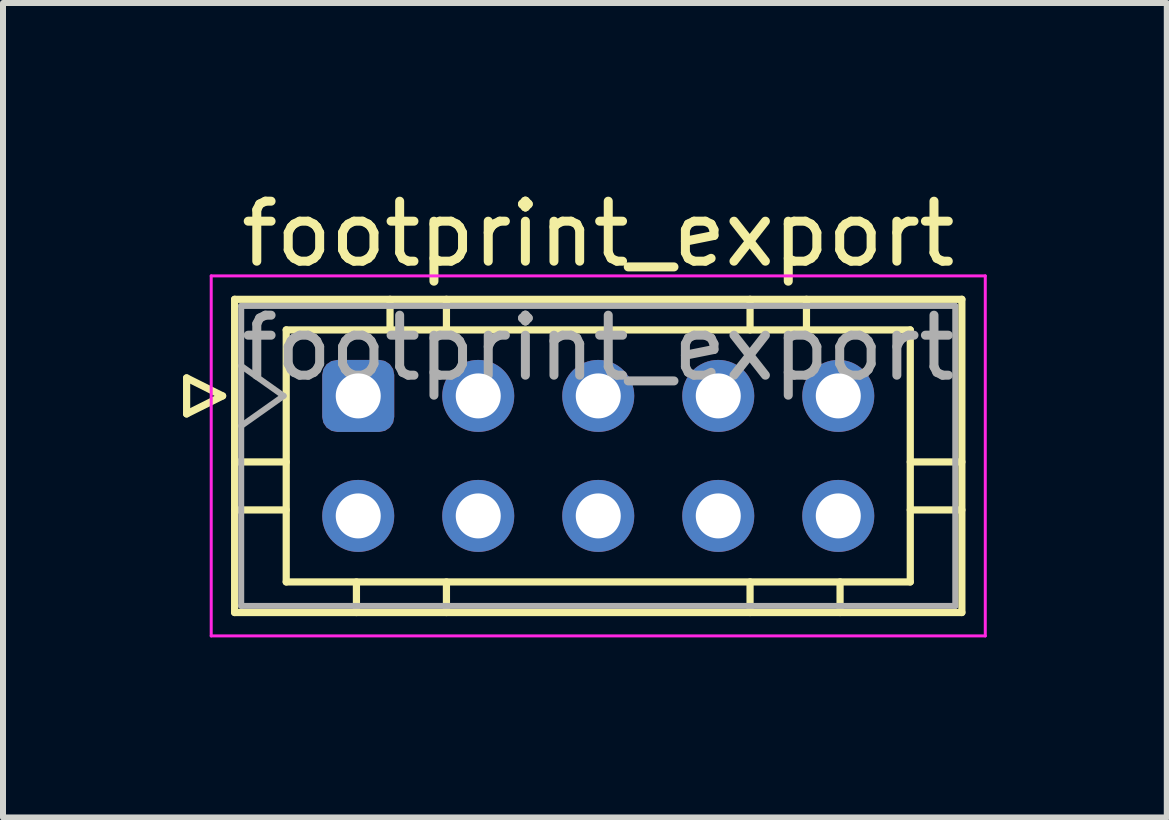
<source format=kicad_pcb>
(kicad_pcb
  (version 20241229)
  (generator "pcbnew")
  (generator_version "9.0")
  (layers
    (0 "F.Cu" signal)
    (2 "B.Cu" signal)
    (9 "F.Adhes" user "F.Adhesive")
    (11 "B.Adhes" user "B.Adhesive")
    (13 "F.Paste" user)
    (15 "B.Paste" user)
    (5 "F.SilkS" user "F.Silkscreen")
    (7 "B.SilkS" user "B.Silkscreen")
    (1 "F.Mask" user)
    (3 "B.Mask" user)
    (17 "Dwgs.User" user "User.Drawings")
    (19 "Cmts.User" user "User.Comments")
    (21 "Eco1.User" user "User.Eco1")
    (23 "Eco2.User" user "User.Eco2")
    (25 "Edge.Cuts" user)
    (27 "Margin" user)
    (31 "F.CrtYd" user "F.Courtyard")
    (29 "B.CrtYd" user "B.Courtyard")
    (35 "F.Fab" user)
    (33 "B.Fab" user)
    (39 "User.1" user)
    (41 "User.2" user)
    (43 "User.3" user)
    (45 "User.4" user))
  (footprint "footprint_export"
    (layer "F.Cu")
    (at 2.92 3.548)
    (property "Reference" "footprint_export" (at 4 -2.7 0) (layer "F.SilkS") (effects (font (size 1 1) (thickness 0.15))))
    (attr through_hole)
    (fp_line (start -2.86 -0.3) (end -2.26 0) (stroke (width 0.12) (type solid)) (layer "F.SilkS"))
    (fp_line (start -2.86 0.3) (end -2.86 -0.3) (stroke (width 0.12) (type solid)) (layer "F.SilkS"))
    (fp_line (start -2.26 0) (end -2.86 0.3) (stroke (width 0.12) (type solid)) (layer "F.SilkS"))
    (fp_line (start -2.06 -1.61) (end -2.06 3.61) (stroke (width 0.12) (type solid)) (layer "F.SilkS"))
    (fp_line (start -2.06 1.1) (end -1.2 1.1) (stroke (width 0.12) (type solid)) (layer "F.SilkS"))
    (fp_line (start -2.06 1.9) (end -1.2 1.9) (stroke (width 0.12) (type solid)) (layer "F.SilkS"))
    (fp_line (start -2.06 3.61) (end 10.06 3.61) (stroke (width 0.12) (type solid)) (layer "F.SilkS"))
    (fp_line (start -1.2 -1.1) (end -1.2 3.1) (stroke (width 0.12) (type solid)) (layer "F.SilkS"))
    (fp_line (start -1.2 3.1) (end 9.2 3.1) (stroke (width 0.12) (type solid)) (layer "F.SilkS"))
    (fp_line (start -0.03 3.61) (end -0.03 3.1) (stroke (width 0.12) (type solid)) (layer "F.SilkS"))
    (fp_line (start 0.53 -1.61) (end 0.53 -1.1) (stroke (width 0.12) (type solid)) (layer "F.SilkS"))
    (fp_line (start 1.47 -1.61) (end 1.47 -1.1) (stroke (width 0.12) (type solid)) (layer "F.SilkS"))
    (fp_line (start 1.47 3.61) (end 1.47 3.1) (stroke (width 0.12) (type solid)) (layer "F.SilkS"))
    (fp_line (start 6.53 -1.61) (end 6.53 -1.1) (stroke (width 0.12) (type solid)) (layer "F.SilkS"))
    (fp_line (start 6.53 3.61) (end 6.53 3.1) (stroke (width 0.12) (type solid)) (layer "F.SilkS"))
    (fp_line (start 7.47 -1.61) (end 7.47 -1.1) (stroke (width 0.12) (type solid)) (layer "F.SilkS"))
    (fp_line (start 8.03 3.61) (end 8.03 3.1) (stroke (width 0.12) (type solid)) (layer "F.SilkS"))
    (fp_line (start 9.2 -1.1) (end -1.2 -1.1) (stroke (width 0.12) (type solid)) (layer "F.SilkS"))
    (fp_line (start 9.2 3.1) (end 9.2 -1.1) (stroke (width 0.12) (type solid)) (layer "F.SilkS"))
    (fp_line (start 10.06 -1.61) (end -2.06 -1.61) (stroke (width 0.12) (type solid)) (layer "F.SilkS"))
    (fp_line (start 10.06 1.1) (end 9.2 1.1) (stroke (width 0.12) (type solid)) (layer "F.SilkS"))
    (fp_line (start 10.06 1.9) (end 9.2 1.9) (stroke (width 0.12) (type solid)) (layer "F.SilkS"))
    (fp_line (start 10.06 3.61) (end 10.06 -1.61) (stroke (width 0.12) (type solid)) (layer "F.SilkS"))
    (fp_line (start -2.45 -2) (end -2.45 4) (stroke (width 0.05) (type solid)) (layer "F.CrtYd"))
    (fp_line (start -2.45 4) (end 10.45 4) (stroke (width 0.05) (type solid)) (layer "F.CrtYd"))
    (fp_line (start 10.45 -2) (end -2.45 -2) (stroke (width 0.05) (type solid)) (layer "F.CrtYd"))
    (fp_line (start 10.45 4) (end 10.45 -2) (stroke (width 0.05) (type solid)) (layer "F.CrtYd"))
    (fp_line (start -1.95 -1.5) (end -1.95 3.5) (stroke (width 0.1) (type solid)) (layer "F.Fab"))
    (fp_line (start -1.95 0.5) (end -1.243 0) (stroke (width 0.1) (type solid)) (layer "F.Fab"))
    (fp_line (start -1.95 3.5) (end 9.95 3.5) (stroke (width 0.1) (type solid)) (layer "F.Fab"))
    (fp_line (start -1.243 0) (end -1.95 -0.5) (stroke (width 0.1) (type solid)) (layer "F.Fab"))
    (fp_line (start 9.95 -1.5) (end -1.95 -1.5) (stroke (width 0.1) (type solid)) (layer "F.Fab"))
    (fp_line (start 9.95 3.5) (end 9.95 -1.5) (stroke (width 0.1) (type solid)) (layer "F.Fab"))
    (fp_text user "${REFERENCE}" (at 4 -0.8 0) (layer "F.Fab") (effects (font (size 1 1) (thickness 0.15))))
    (pad "1" thru_hole roundrect (at 0 0) (size 1.2 1.2) (drill 0.75) (layers "*.Cu" "*.Mask") (roundrect_rratio 0.208))
    (pad "2" thru_hole circle (at 0 2) (size 1.2 1.2) (drill 0.75) (layers "*.Cu" "*.Mask"))
    (pad "3" thru_hole circle (at 2 0) (size 1.2 1.2) (drill 0.75) (layers "*.Cu" "*.Mask"))
    (pad "4" thru_hole circle (at 2 2) (size 1.2 1.2) (drill 0.75) (layers "*.Cu" "*.Mask"))
    (pad "5" thru_hole circle (at 4 0) (size 1.2 1.2) (drill 0.75) (layers "*.Cu" "*.Mask"))
    (pad "6" thru_hole circle (at 4 2) (size 1.2 1.2) (drill 0.75) (layers "*.Cu" "*.Mask"))
    (pad "7" thru_hole circle (at 6 0) (size 1.2 1.2) (drill 0.75) (layers "*.Cu" "*.Mask"))
    (pad "8" thru_hole circle (at 6 2) (size 1.2 1.2) (drill 0.75) (layers "*.Cu" "*.Mask"))
    (pad "9" thru_hole circle (at 8 0) (size 1.2 1.2) (drill 0.75) (layers "*.Cu" "*.Mask"))
    (pad "10" thru_hole circle (at 8 2) (size 1.2 1.2) (drill 0.75) (layers "*.Cu" "*.Mask")))
  (gr_rect
    (start -3 -3)
    (end 16.395 10.573)
    (stroke (width 0.1) (type default))
    (fill no)
    (layer "Edge.Cuts")))
</source>
